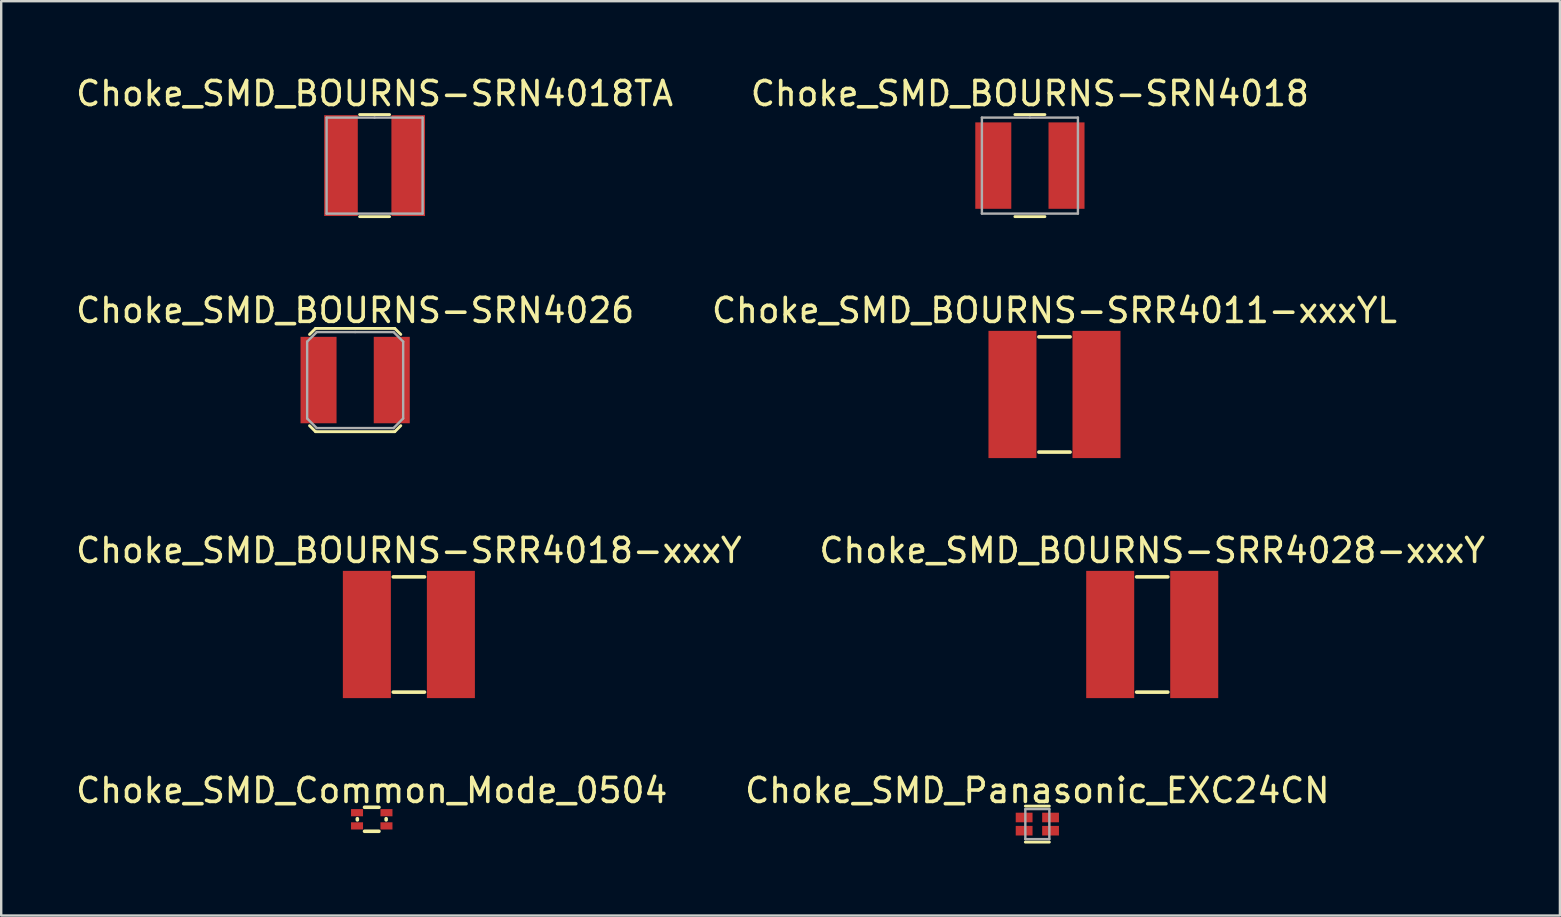
<source format=kicad_pcb>
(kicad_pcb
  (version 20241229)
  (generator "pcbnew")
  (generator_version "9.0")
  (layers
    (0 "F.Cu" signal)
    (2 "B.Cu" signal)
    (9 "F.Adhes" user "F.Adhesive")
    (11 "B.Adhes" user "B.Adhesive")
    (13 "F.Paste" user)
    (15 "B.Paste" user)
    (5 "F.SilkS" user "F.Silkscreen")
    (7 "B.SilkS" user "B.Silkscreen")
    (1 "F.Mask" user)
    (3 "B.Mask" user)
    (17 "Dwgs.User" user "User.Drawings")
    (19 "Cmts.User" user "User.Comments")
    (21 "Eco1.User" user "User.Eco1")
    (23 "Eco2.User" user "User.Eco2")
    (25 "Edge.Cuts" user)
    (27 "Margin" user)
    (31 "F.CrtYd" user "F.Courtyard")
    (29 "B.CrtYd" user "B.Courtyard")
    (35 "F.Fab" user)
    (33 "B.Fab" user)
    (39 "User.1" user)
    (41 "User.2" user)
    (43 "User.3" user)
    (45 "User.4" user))
  (footprint "Choke_SMD_BOURNS-SRN4018TA"
    (layer "F.Cu")
    (at 12.554 3.848)
    (property "Reference" "Choke_SMD_BOURNS-SRN4018TA" (at 0 -3 0) (layer "F.SilkS") (effects (font (size 1 1) (thickness 0.15))))
    (attr smd)
    (fp_line (start -0.625 2.125) (end 0.625 2.125) (stroke (width 0.12) (type solid)) (layer "F.SilkS"))
    (fp_line (start 0.625 -2.125) (end -0.625 -2.125) (stroke (width 0.12) (type solid)) (layer "F.SilkS"))
    (fp_line (start -2 -2) (end 0 -2) (stroke (width 0.1) (type solid)) (layer "F.Fab"))
    (fp_line (start -2 2) (end -2 -2) (stroke (width 0.1) (type solid)) (layer "F.Fab"))
    (fp_line (start 0 -2) (end 2 -2) (stroke (width 0.1) (type solid)) (layer "F.Fab"))
    (fp_line (start 2 -2) (end 2 2) (stroke (width 0.1) (type solid)) (layer "F.Fab"))
    (fp_line (start 2 2) (end -2 2) (stroke (width 0.1) (type solid)) (layer "F.Fab"))
    (pad "1" smd rect (at -1.4 0) (size 1.4 4.2) (layers "F.Cu" "F.Mask" "F.Paste"))
    (pad "2" smd rect (at 1.4 0) (size 1.4 4.2) (layers "F.Cu" "F.Mask" "F.Paste")))
  (footprint "Choke_SMD_BOURNS-SRR4018-xxxY"
    (layer "F.Cu")
    (at 13.982 23.38)
    (property "Reference" "Choke_SMD_BOURNS-SRR4018-xxxY" (at 0 -3.5 0) (layer "F.SilkS") (effects (font (size 1 1) (thickness 0.15))))
    (attr smd)
    (fp_line (start -0.65 2.4) (end 0.65 2.4) (stroke (width 0.15) (type solid)) (layer "F.SilkS"))
    (fp_line (start 0.65 -2.4) (end -0.65 -2.4) (stroke (width 0.15) (type solid)) (layer "F.SilkS"))
    (pad "1" smd rect (at -1.75 0) (size 2 5.3) (layers "F.Cu" "F.Mask" "F.Paste"))
    (pad "2" smd rect (at 1.75 0) (size 2 5.3) (layers "F.Cu" "F.Mask" "F.Paste")))
  (footprint "Choke_SMD_BOURNS-SRN4026"
    (layer "F.Cu")
    (at 11.744 12.781)
    (property "Reference" "Choke_SMD_BOURNS-SRN4026" (at 0 -2.9 0) (layer "F.SilkS") (effects (font (size 1 1) (thickness 0.15))))
    (attr smd)
    (fp_line (start -1.9 -1.9) (end -1.65 -2.15) (stroke (width 0.12) (type solid)) (layer "F.SilkS"))
    (fp_line (start -1.65 2.15) (end -1.9 1.9) (stroke (width 0.12) (type solid)) (layer "F.SilkS"))
    (fp_line (start -1.65 2.15) (end 1.65 2.15) (stroke (width 0.12) (type solid)) (layer "F.SilkS"))
    (fp_line (start 1.65 -2.15) (end -1.65 -2.15) (stroke (width 0.12) (type solid)) (layer "F.SilkS"))
    (fp_line (start 1.65 -2.15) (end 1.9 -1.9) (stroke (width 0.12) (type solid)) (layer "F.SilkS"))
    (fp_line (start 1.65 2.15) (end 1.9 1.9) (stroke (width 0.12) (type solid)) (layer "F.SilkS"))
    (fp_line (start -2 1.6) (end -2 -1.6) (stroke (width 0.1) (type solid)) (layer "F.Fab"))
    (fp_line (start -1.6 -2) (end -2 -1.6) (stroke (width 0.1) (type solid)) (layer "F.Fab"))
    (fp_line (start -1.6 -2) (end 0 -2) (stroke (width 0.1) (type solid)) (layer "F.Fab"))
    (fp_line (start -1.6 2) (end -2 1.6) (stroke (width 0.1) (type solid)) (layer "F.Fab"))
    (fp_line (start 0 -2) (end 1.6 -2) (stroke (width 0.1) (type solid)) (layer "F.Fab"))
    (fp_line (start 1.6 -2) (end 2 -1.6) (stroke (width 0.1) (type solid)) (layer "F.Fab"))
    (fp_line (start 1.6 2) (end -1.6 2) (stroke (width 0.1) (type solid)) (layer "F.Fab"))
    (fp_line (start 2 -1.6) (end 2 1.6) (stroke (width 0.1) (type solid)) (layer "F.Fab"))
    (fp_line (start 2 1.6) (end 1.6 2) (stroke (width 0.1) (type solid)) (layer "F.Fab"))
    (pad "1" smd rect (at -1.525 0) (size 1.5 3.6) (layers "F.Cu" "F.Mask" "F.Paste"))
    (pad "2" smd rect (at 1.525 0) (size 1.5 3.6) (layers "F.Cu" "F.Mask" "F.Paste")))
  (footprint "Choke_SMD_BOURNS-SRR4028-xxxY"
    (layer "F.Cu")
    (at 44.946 23.38)
    (property "Reference" "Choke_SMD_BOURNS-SRR4028-xxxY" (at 0 -3.5 0) (layer "F.SilkS") (effects (font (size 1 1) (thickness 0.15))))
    (attr smd)
    (fp_line (start -0.65 2.4) (end 0.65 2.4) (stroke (width 0.15) (type solid)) (layer "F.SilkS"))
    (fp_line (start 0.65 -2.4) (end -0.65 -2.4) (stroke (width 0.15) (type solid)) (layer "F.SilkS"))
    (pad "1" smd rect (at -1.75 0) (size 2 5.3) (layers "F.Cu" "F.Mask" "F.Paste"))
    (pad "2" smd rect (at 1.75 0) (size 2 5.3) (layers "F.Cu" "F.Mask" "F.Paste")))
  (footprint "Choke_SMD_Common_Mode_0504"
    (layer "F.Cu")
    (at 12.435 31.078)
    (property "Reference" "Choke_SMD_Common_Mode_0504" (at 0 -1.2 0) (layer "F.SilkS") (effects (font (size 1 1) (thickness 0.15))))
    (attr through_hole)
    (fp_line (start -0.6 -0.025) (end -0.6 0.025) (stroke (width 0.15) (type solid)) (layer "F.SilkS"))
    (fp_line (start -0.3 0.5) (end 0.3 0.5) (stroke (width 0.15) (type solid)) (layer "F.SilkS"))
    (fp_line (start 0.3 -0.5) (end -0.3 -0.5) (stroke (width 0.15) (type solid)) (layer "F.SilkS"))
    (fp_line (start 0.6 -0.025) (end 0.6 0.025) (stroke (width 0.15) (type solid)) (layer "F.SilkS"))
    (pad "1" smd rect (at -0.613 -0.275) (size 0.5 0.3) (layers "F.Cu" "F.Mask" "F.Paste"))
    (pad "2" smd rect (at 0.613 -0.275) (size 0.5 0.3) (layers "F.Cu" "F.Mask" "F.Paste"))
    (pad "3" smd rect (at -0.613 0.275) (size 0.5 0.3) (layers "F.Cu" "F.Mask" "F.Paste"))
    (pad "4" smd rect (at 0.613 0.275) (size 0.5 0.3) (layers "F.Cu" "F.Mask" "F.Paste")))
  (footprint "Choke_SMD_BOURNS-SRN4018"
    (layer "F.Cu")
    (at 39.851 3.848)
    (property "Reference" "Choke_SMD_BOURNS-SRN4018" (at 0 -3 0) (layer "F.SilkS") (effects (font (size 1 1) (thickness 0.15))))
    (attr smd)
    (fp_line (start -0.625 2.125) (end 0.625 2.125) (stroke (width 0.12) (type solid)) (layer "F.SilkS"))
    (fp_line (start 0.625 -2.125) (end -0.625 -2.125) (stroke (width 0.12) (type solid)) (layer "F.SilkS"))
    (fp_line (start -2 -2) (end 0 -2) (stroke (width 0.1) (type solid)) (layer "F.Fab"))
    (fp_line (start -2 2) (end -2 -2) (stroke (width 0.1) (type solid)) (layer "F.Fab"))
    (fp_line (start 0 -2) (end 2 -2) (stroke (width 0.1) (type solid)) (layer "F.Fab"))
    (fp_line (start 2 -2) (end 2 2) (stroke (width 0.1) (type solid)) (layer "F.Fab"))
    (fp_line (start 2 2) (end -2 2) (stroke (width 0.1) (type solid)) (layer "F.Fab"))
    (pad "1" smd rect (at -1.525 0) (size 1.5 3.6) (layers "F.Cu" "F.Mask" "F.Paste"))
    (pad "2" smd rect (at 1.525 0) (size 1.5 3.6) (layers "F.Cu" "F.Mask" "F.Paste")))
  (footprint "Choke_SMD_BOURNS-SRR4011-xxxYL"
    (layer "F.Cu")
    (at 40.875 13.382)
    (property "Reference" "Choke_SMD_BOURNS-SRR4011-xxxYL" (at 0 -3.5 0) (layer "F.SilkS") (effects (font (size 1 1) (thickness 0.15))))
    (attr smd)
    (fp_line (start -0.65 2.4) (end 0.65 2.4) (stroke (width 0.15) (type solid)) (layer "F.SilkS"))
    (fp_line (start 0.65 -2.4) (end -0.65 -2.4) (stroke (width 0.15) (type solid)) (layer "F.SilkS"))
    (pad "1" smd rect (at -1.75 0) (size 2 5.3) (layers "F.Cu" "F.Mask" "F.Paste"))
    (pad "2" smd rect (at 1.75 0) (size 2 5.3) (layers "F.Cu" "F.Mask" "F.Paste")))
  (footprint "Choke_SMD_Panasonic_EXC24CN"
    (layer "F.Cu")
    (at 40.161 31.278)
    (property "Reference" "Choke_SMD_Panasonic_EXC24CN" (at 0 -1.4 0) (layer "F.SilkS") (effects (font (size 1 1) (thickness 0.15))))
    (attr through_hole)
    (fp_line (start -0.5 0.75) (end 0.5 0.75) (stroke (width 0.12) (type solid)) (layer "F.SilkS"))
    (fp_line (start 0.5 -0.75) (end -0.5 -0.75) (stroke (width 0.12) (type solid)) (layer "F.SilkS"))
    (fp_line (start -0.5 -0.625) (end -0.5 0.625) (stroke (width 0.1) (type solid)) (layer "F.Fab"))
    (fp_line (start -0.5 -0.625) (end 0.5 -0.625) (stroke (width 0.1) (type solid)) (layer "F.Fab"))
    (fp_line (start -0.5 0.625) (end 0.5 0.625) (stroke (width 0.1) (type solid)) (layer "F.Fab"))
    (fp_line (start 0.5 0.625) (end 0.5 -0.625) (stroke (width 0.1) (type solid)) (layer "F.Fab"))
    (pad "1" smd rect (at -0.55 -0.275) (size 0.7 0.4) (layers "F.Cu" "F.Mask" "F.Paste"))
    (pad "2" smd rect (at -0.55 0.275) (size 0.7 0.4) (layers "F.Cu" "F.Mask" "F.Paste"))
    (pad "3" smd rect (at 0.55 0.275) (size 0.7 0.4) (layers "F.Cu" "F.Mask" "F.Paste"))
    (pad "4" smd rect (at 0.55 -0.275) (size 0.7 0.4) (layers "F.Cu" "F.Mask" "F.Paste")))
  (gr_rect
    (start -3 -3)
    (end 61.929 35.088)
    (stroke (width 0.1) (type default))
    (fill no)
    (layer "Edge.Cuts")))
</source>
